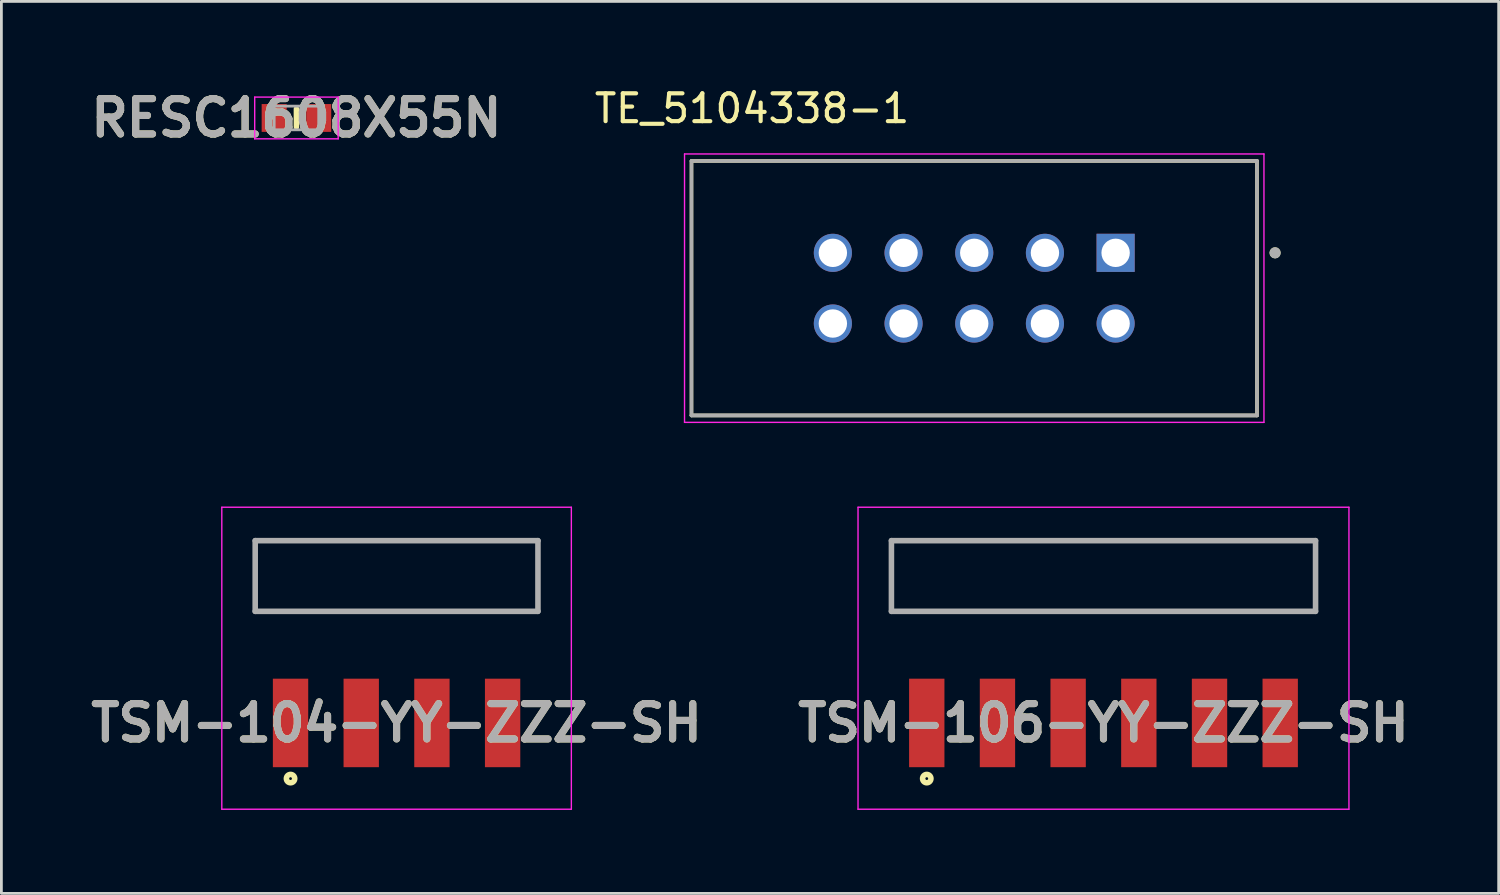
<source format=kicad_pcb>
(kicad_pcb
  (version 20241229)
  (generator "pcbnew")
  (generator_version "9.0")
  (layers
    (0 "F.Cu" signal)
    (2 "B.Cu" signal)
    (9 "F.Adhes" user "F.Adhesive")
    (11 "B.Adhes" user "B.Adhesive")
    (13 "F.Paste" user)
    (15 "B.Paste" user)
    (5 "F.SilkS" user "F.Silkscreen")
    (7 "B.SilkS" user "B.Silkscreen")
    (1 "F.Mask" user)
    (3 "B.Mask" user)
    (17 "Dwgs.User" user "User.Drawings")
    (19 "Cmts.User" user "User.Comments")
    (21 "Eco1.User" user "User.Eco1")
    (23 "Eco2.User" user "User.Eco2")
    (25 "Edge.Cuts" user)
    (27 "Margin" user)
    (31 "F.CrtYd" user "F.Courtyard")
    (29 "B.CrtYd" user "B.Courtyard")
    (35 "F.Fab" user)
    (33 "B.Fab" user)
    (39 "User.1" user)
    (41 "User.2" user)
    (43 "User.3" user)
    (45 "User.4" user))
  (footprint "TSM-106-YY-ZZZ-SH"
    (layer "F.Cu")
    (at 36.601 22.927)
    (property "Reference" "TSM-106-YY-ZZZ-SH" (at 0 0 0) (layer "F.SilkS") (effects (font (size 1.27 1.27) (thickness 0.254))))
    (attr smd)
    (fp_line (start -7.62 -6.55) (end 7.62 -6.55) (stroke (width 0.1) (type solid)) (layer "F.SilkS"))
    (fp_line (start -7.62 -4.01) (end -7.62 -6.55) (stroke (width 0.1) (type solid)) (layer "F.SilkS"))
    (fp_line (start 7.62 -6.55) (end 7.62 -4.01) (stroke (width 0.1) (type solid)) (layer "F.SilkS"))
    (fp_line (start 7.62 -4.01) (end -7.62 -4.01) (stroke (width 0.1) (type solid)) (layer "F.SilkS"))
    (fp_circle (center -6.35 2) (end -6.35 2.05) (stroke (width 0.2) (type solid)) (fill no) (layer "F.SilkS"))
    (fp_line (start -8.82 -7.75) (end 8.82 -7.75) (stroke (width 0.05) (type solid)) (layer "F.CrtYd"))
    (fp_line (start -8.82 3.1) (end -8.82 -7.75) (stroke (width 0.05) (type solid)) (layer "F.CrtYd"))
    (fp_line (start 8.82 -7.75) (end 8.82 3.1) (stroke (width 0.05) (type solid)) (layer "F.CrtYd"))
    (fp_line (start 8.82 3.1) (end -8.82 3.1) (stroke (width 0.05) (type solid)) (layer "F.CrtYd"))
    (fp_line (start -7.62 -6.55) (end 7.62 -6.55) (stroke (width 0.2) (type solid)) (layer "F.Fab"))
    (fp_line (start -7.62 -4.01) (end -7.62 -6.55) (stroke (width 0.2) (type solid)) (layer "F.Fab"))
    (fp_line (start 7.62 -6.55) (end 7.62 -4.01) (stroke (width 0.2) (type solid)) (layer "F.Fab"))
    (fp_line (start 7.62 -4.01) (end -7.62 -4.01) (stroke (width 0.2) (type solid)) (layer "F.Fab"))
    (fp_text user "${REFERENCE}" (at 0 0 0) (layer "F.Fab") (effects (font (size 1.27 1.27) (thickness 0.254))))
    (pad "1" smd rect (at -6.35 0) (size 1.27 3.18) (layers "F.Cu" "F.Mask" "F.Paste"))
    (pad "2" smd rect (at -3.81 0) (size 1.27 3.18) (layers "F.Cu" "F.Mask" "F.Paste"))
    (pad "3" smd rect (at -1.27 0) (size 1.27 3.18) (layers "F.Cu" "F.Mask" "F.Paste"))
    (pad "4" smd rect (at 1.27 0) (size 1.27 3.18) (layers "F.Cu" "F.Mask" "F.Paste"))
    (pad "5" smd rect (at 3.81 0) (size 1.27 3.18) (layers "F.Cu" "F.Mask" "F.Paste"))
    (pad "6" smd rect (at 6.35 0) (size 1.27 3.18) (layers "F.Cu" "F.Mask" "F.Paste")))
  (footprint "TE_5104338-1"
    (layer "F.Cu")
    (at 37.037 6.035)
    (property "Reference" "TE_5104338-1" (at -13.065 -5.187 0) (layer "F.SilkS") (effects (font (size 1 1) (thickness 0.15))))
    (attr through_hole)
    (fp_line (start -15.24 5.842) (end -15.24 -3.302) (stroke (width 0.127) (type solid)) (layer "F.SilkS"))
    (fp_line (start 5.08 -3.302) (end -15.24 -3.302) (stroke (width 0.127) (type solid)) (layer "F.SilkS"))
    (fp_line (start 5.08 -3.302) (end 5.08 5.842) (stroke (width 0.127) (type solid)) (layer "F.SilkS"))
    (fp_line (start 5.08 5.842) (end -15.24 5.842) (stroke (width 0.127) (type solid)) (layer "F.SilkS"))
    (fp_circle (center 5.73 0) (end 5.83 0) (stroke (width 0.2) (type solid)) (fill no) (layer "F.SilkS"))
    (fp_line (start -15.49 -3.552) (end 5.33 -3.552) (stroke (width 0.05) (type solid)) (layer "F.CrtYd"))
    (fp_line (start -15.49 6.092) (end -15.49 -3.552) (stroke (width 0.05) (type solid)) (layer "F.CrtYd"))
    (fp_line (start 5.33 -3.552) (end 5.33 6.092) (stroke (width 0.05) (type solid)) (layer "F.CrtYd"))
    (fp_line (start 5.33 6.092) (end -15.49 6.092) (stroke (width 0.05) (type solid)) (layer "F.CrtYd"))
    (fp_line (start -15.24 -3.302) (end 5.08 -3.302) (stroke (width 0.127) (type solid)) (layer "F.Fab"))
    (fp_line (start -15.24 5.842) (end -15.24 -3.302) (stroke (width 0.127) (type solid)) (layer "F.Fab"))
    (fp_line (start -15.24 5.842) (end -15.24 5.842) (stroke (width 0.127) (type solid)) (layer "F.Fab"))
    (fp_line (start -15.24 5.842) (end 5.08 5.842) (stroke (width 0.127) (type solid)) (layer "F.Fab"))
    (fp_line (start 5.08 -3.302) (end 5.08 5.842) (stroke (width 0.127) (type solid)) (layer "F.Fab"))
    (fp_line (start 5.08 5.842) (end -15.24 5.842) (stroke (width 0.127) (type solid)) (layer "F.Fab"))
    (fp_line (start 5.08 5.842) (end 5.08 5.842) (stroke (width 0.127) (type solid)) (layer "F.Fab"))
    (fp_circle (center 5.73 0) (end 5.83 0) (stroke (width 0.2) (type solid)) (fill no) (layer "F.Fab"))
    (pad "1" thru_hole rect (at 0 0) (size 1.37 1.37) (drill 1.02) (layers "*.Cu" "*.Mask"))
    (pad "2" thru_hole circle (at 0 2.54) (size 1.37 1.37) (drill 1.02) (layers "*.Cu" "*.Mask"))
    (pad "3" thru_hole circle (at -2.54 0) (size 1.37 1.37) (drill 1.02) (layers "*.Cu" "*.Mask"))
    (pad "4" thru_hole circle (at -2.54 2.54) (size 1.37 1.37) (drill 1.02) (layers "*.Cu" "*.Mask"))
    (pad "5" thru_hole circle (at -5.08 0) (size 1.37 1.37) (drill 1.02) (layers "*.Cu" "*.Mask"))
    (pad "6" thru_hole circle (at -5.08 2.54) (size 1.37 1.37) (drill 1.02) (layers "*.Cu" "*.Mask"))
    (pad "7" thru_hole circle (at -7.62 0) (size 1.37 1.37) (drill 1.02) (layers "*.Cu" "*.Mask"))
    (pad "8" thru_hole circle (at -7.62 2.54) (size 1.37 1.37) (drill 1.02) (layers "*.Cu" "*.Mask"))
    (pad "9" thru_hole circle (at -10.16 0) (size 1.37 1.37) (drill 1.02) (layers "*.Cu" "*.Mask"))
    (pad "10" thru_hole circle (at -10.16 2.54) (size 1.37 1.37) (drill 1.02) (layers "*.Cu" "*.Mask")))
  (footprint "TSM-104-YY-ZZZ-SH"
    (layer "F.Cu")
    (at 11.2 22.927)
    (property "Reference" "TSM-104-YY-ZZZ-SH" (at 0 0 0) (layer "F.SilkS") (effects (font (size 1.27 1.27) (thickness 0.254))))
    (attr smd)
    (fp_line (start -5.08 -6.55) (end 5.08 -6.55) (stroke (width 0.1) (type solid)) (layer "F.SilkS"))
    (fp_line (start -5.08 -4.01) (end -5.08 -6.55) (stroke (width 0.1) (type solid)) (layer "F.SilkS"))
    (fp_line (start 5.08 -6.55) (end 5.08 -4.01) (stroke (width 0.1) (type solid)) (layer "F.SilkS"))
    (fp_line (start 5.08 -4.01) (end -5.08 -4.01) (stroke (width 0.1) (type solid)) (layer "F.SilkS"))
    (fp_circle (center -3.81 2) (end -3.81 2.05) (stroke (width 0.2) (type solid)) (fill no) (layer "F.SilkS"))
    (fp_line (start -6.28 -7.75) (end 6.28 -7.75) (stroke (width 0.05) (type solid)) (layer "F.CrtYd"))
    (fp_line (start -6.28 3.1) (end -6.28 -7.75) (stroke (width 0.05) (type solid)) (layer "F.CrtYd"))
    (fp_line (start 6.28 -7.75) (end 6.28 3.1) (stroke (width 0.05) (type solid)) (layer "F.CrtYd"))
    (fp_line (start 6.28 3.1) (end -6.28 3.1) (stroke (width 0.05) (type solid)) (layer "F.CrtYd"))
    (fp_line (start -5.08 -6.55) (end 5.08 -6.55) (stroke (width 0.2) (type solid)) (layer "F.Fab"))
    (fp_line (start -5.08 -4.01) (end -5.08 -6.55) (stroke (width 0.2) (type solid)) (layer "F.Fab"))
    (fp_line (start 5.08 -6.55) (end 5.08 -4.01) (stroke (width 0.2) (type solid)) (layer "F.Fab"))
    (fp_line (start 5.08 -4.01) (end -5.08 -4.01) (stroke (width 0.2) (type solid)) (layer "F.Fab"))
    (fp_text user "${REFERENCE}" (at 0 0 0) (layer "F.Fab") (effects (font (size 1.27 1.27) (thickness 0.254))))
    (pad "1" smd rect (at -3.81 0) (size 1.27 3.18) (layers "F.Cu" "F.Mask" "F.Paste"))
    (pad "2" smd rect (at -1.27 0) (size 1.27 3.18) (layers "F.Cu" "F.Mask" "F.Paste"))
    (pad "3" smd rect (at 1.27 0) (size 1.27 3.18) (layers "F.Cu" "F.Mask" "F.Paste"))
    (pad "4" smd rect (at 3.81 0) (size 1.27 3.18) (layers "F.Cu" "F.Mask" "F.Paste")))
  (footprint "RESC1608X55N"
    (layer "F.Cu")
    (at 7.602 1.189)
    (property "Reference" "RESC1608X55N" (at 0 0 0) (layer "F.SilkS") (effects (font (size 1.27 1.27) (thickness 0.254))))
    (attr smd)
    (fp_line (start 0 -0.325) (end 0 0.325) (stroke (width 0.2) (type solid)) (layer "F.SilkS"))
    (fp_line (start -1.5 -0.75) (end 1.5 -0.75) (stroke (width 0.05) (type solid)) (layer "F.CrtYd"))
    (fp_line (start -1.5 0.75) (end -1.5 -0.75) (stroke (width 0.05) (type solid)) (layer "F.CrtYd"))
    (fp_line (start 1.5 -0.75) (end 1.5 0.75) (stroke (width 0.05) (type solid)) (layer "F.CrtYd"))
    (fp_line (start 1.5 0.75) (end -1.5 0.75) (stroke (width 0.05) (type solid)) (layer "F.CrtYd"))
    (fp_line (start -0.8 -0.425) (end 0.8 -0.425) (stroke (width 0.1) (type solid)) (layer "F.Fab"))
    (fp_line (start -0.8 0.425) (end -0.8 -0.425) (stroke (width 0.1) (type solid)) (layer "F.Fab"))
    (fp_line (start 0.8 -0.425) (end 0.8 0.425) (stroke (width 0.1) (type solid)) (layer "F.Fab"))
    (fp_line (start 0.8 0.425) (end -0.8 0.425) (stroke (width 0.1) (type solid)) (layer "F.Fab"))
    (fp_text user "${REFERENCE}" (at 0 0 0) (layer "F.Fab") (effects (font (size 1.27 1.27) (thickness 0.254))))
    (pad "1" smd rect (at -0.8 0) (size 0.9 1) (layers "F.Cu" "F.Mask" "F.Paste"))
    (pad "2" smd rect (at 0.8 0) (size 0.9 1) (layers "F.Cu" "F.Mask" "F.Paste")))
  (gr_rect
    (start -3 -3)
    (end 50.801 29.052)
    (stroke (width 0.1) (type default))
    (fill no)
    (layer "Edge.Cuts")))
</source>
